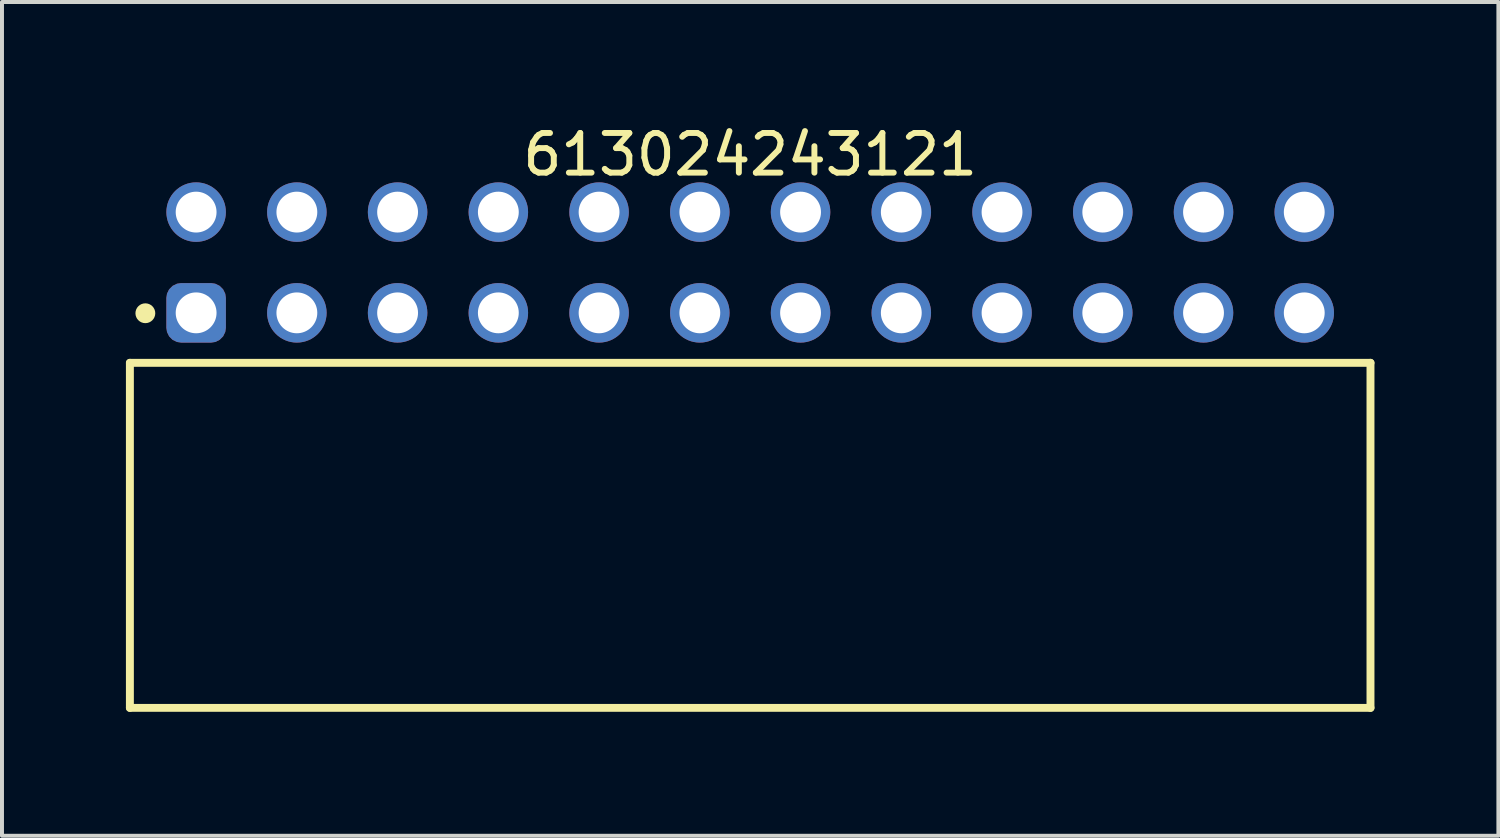
<source format=kicad_pcb>
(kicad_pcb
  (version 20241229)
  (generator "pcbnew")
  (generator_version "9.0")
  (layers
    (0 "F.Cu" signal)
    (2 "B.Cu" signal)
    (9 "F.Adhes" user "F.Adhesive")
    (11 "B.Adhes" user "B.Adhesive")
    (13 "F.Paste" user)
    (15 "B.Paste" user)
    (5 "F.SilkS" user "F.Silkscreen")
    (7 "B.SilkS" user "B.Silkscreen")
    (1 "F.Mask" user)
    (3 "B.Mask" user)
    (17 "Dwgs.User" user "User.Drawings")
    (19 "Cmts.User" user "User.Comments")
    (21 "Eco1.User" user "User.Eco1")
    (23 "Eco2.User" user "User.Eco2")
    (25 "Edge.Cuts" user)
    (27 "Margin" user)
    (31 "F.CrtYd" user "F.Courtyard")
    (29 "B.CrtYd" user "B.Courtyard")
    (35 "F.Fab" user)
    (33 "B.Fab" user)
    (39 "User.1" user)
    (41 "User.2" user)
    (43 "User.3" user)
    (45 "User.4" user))
  (footprint "613024243121"
    (layer "F.Cu")
    (at 15.865 10.448)
    (property "Reference" "613024243121" (at 0 -9.6 0) (layer "F.SilkS") (effects (font (size 1 1) (thickness 0.15))))
    (fp_line (start -15.64 -4.35) (end 15.64 -4.35) (stroke (width 0.2) (type solid)) (layer "F.SilkS"))
    (fp_line (start -15.64 4.35) (end -15.64 -4.35) (stroke (width 0.2) (type solid)) (layer "F.SilkS"))
    (fp_line (start -15.64 4.35) (end 15.64 4.35) (stroke (width 0.2) (type solid)) (layer "F.SilkS"))
    (fp_line (start 15.64 4.35) (end 15.64 -4.35) (stroke (width 0.2) (type solid)) (layer "F.SilkS"))
    (fp_circle (center -15.25 -5.6) (end -15.25 -5.725) (stroke (width 0.25) (type solid)) (fill no) (layer "F.SilkS"))
    (fp_line (start -15.84 -9.1) (end 15.84 -9.1) (stroke (width 0.05) (type solid)) (layer "Eco2.User"))
    (fp_line (start -15.84 4.55) (end -15.84 -9.1) (stroke (width 0.05) (type solid)) (layer "Eco2.User"))
    (fp_line (start -15.84 4.55) (end 15.84 4.55) (stroke (width 0.05) (type solid)) (layer "Eco2.User"))
    (fp_line (start -15.49 -4.25) (end 15.49 -4.25) (stroke (width 0.1) (type solid)) (layer "Eco2.User"))
    (fp_line (start -15.49 4.25) (end -15.49 -4.25) (stroke (width 0.1) (type solid)) (layer "Eco2.User"))
    (fp_line (start -15.49 4.25) (end 15.49 4.25) (stroke (width 0.1) (type solid)) (layer "Eco2.User"))
    (fp_line (start -14.34 -8.35) (end -13.6 -8.35) (stroke (width 0.1) (type solid)) (layer "Eco2.User"))
    (fp_line (start -14.34 -5.81) (end -13.6 -5.81) (stroke (width 0.1) (type solid)) (layer "Eco2.User"))
    (fp_line (start -14.34 -4.25) (end -14.34 -8.35) (stroke (width 0.1) (type solid)) (layer "Eco2.User"))
    (fp_line (start -13.6 -4.25) (end -13.6 -8.35) (stroke (width 0.1) (type solid)) (layer "Eco2.User"))
    (fp_line (start -11.8 -8.35) (end -11.06 -8.35) (stroke (width 0.1) (type solid)) (layer "Eco2.User"))
    (fp_line (start -11.8 -5.81) (end -11.06 -5.81) (stroke (width 0.1) (type solid)) (layer "Eco2.User"))
    (fp_line (start -11.8 -4.25) (end -11.8 -8.35) (stroke (width 0.1) (type solid)) (layer "Eco2.User"))
    (fp_line (start -11.06 -4.25) (end -11.06 -8.35) (stroke (width 0.1) (type solid)) (layer "Eco2.User"))
    (fp_line (start -9.26 -8.35) (end -8.52 -8.35) (stroke (width 0.1) (type solid)) (layer "Eco2.User"))
    (fp_line (start -9.26 -5.81) (end -8.52 -5.81) (stroke (width 0.1) (type solid)) (layer "Eco2.User"))
    (fp_line (start -9.26 -4.25) (end -9.26 -8.35) (stroke (width 0.1) (type solid)) (layer "Eco2.User"))
    (fp_line (start -8.52 -4.25) (end -8.52 -8.35) (stroke (width 0.1) (type solid)) (layer "Eco2.User"))
    (fp_line (start -6.72 -8.35) (end -5.98 -8.35) (stroke (width 0.1) (type solid)) (layer "Eco2.User"))
    (fp_line (start -6.72 -5.81) (end -5.98 -5.81) (stroke (width 0.1) (type solid)) (layer "Eco2.User"))
    (fp_line (start -6.72 -4.25) (end -6.72 -8.35) (stroke (width 0.1) (type solid)) (layer "Eco2.User"))
    (fp_line (start -5.98 -4.25) (end -5.98 -8.35) (stroke (width 0.1) (type solid)) (layer "Eco2.User"))
    (fp_line (start -4.18 -8.35) (end -3.44 -8.35) (stroke (width 0.1) (type solid)) (layer "Eco2.User"))
    (fp_line (start -4.18 -5.81) (end -3.44 -5.81) (stroke (width 0.1) (type solid)) (layer "Eco2.User"))
    (fp_line (start -4.18 -4.25) (end -4.18 -8.35) (stroke (width 0.1) (type solid)) (layer "Eco2.User"))
    (fp_line (start -3.44 -4.25) (end -3.44 -8.35) (stroke (width 0.1) (type solid)) (layer "Eco2.User"))
    (fp_line (start -1.64 -8.35) (end -0.9 -8.35) (stroke (width 0.1) (type solid)) (layer "Eco2.User"))
    (fp_line (start -1.64 -5.81) (end -0.9 -5.81) (stroke (width 0.1) (type solid)) (layer "Eco2.User"))
    (fp_line (start -1.64 -4.25) (end -1.64 -8.35) (stroke (width 0.1) (type solid)) (layer "Eco2.User"))
    (fp_line (start -0.9 -4.25) (end -0.9 -8.35) (stroke (width 0.1) (type solid)) (layer "Eco2.User"))
    (fp_line (start -0.5 0) (end 0.5 0) (stroke (width 0.05) (type solid)) (layer "Eco2.User"))
    (fp_line (start 0 0.5) (end 0 -0.5) (stroke (width 0.05) (type solid)) (layer "Eco2.User"))
    (fp_line (start 0.9 -8.35) (end 1.64 -8.35) (stroke (width 0.1) (type solid)) (layer "Eco2.User"))
    (fp_line (start 0.9 -5.81) (end 1.64 -5.81) (stroke (width 0.1) (type solid)) (layer "Eco2.User"))
    (fp_line (start 0.9 -4.25) (end 0.9 -8.35) (stroke (width 0.1) (type solid)) (layer "Eco2.User"))
    (fp_line (start 1.64 -4.25) (end 1.64 -8.35) (stroke (width 0.1) (type solid)) (layer "Eco2.User"))
    (fp_line (start 3.44 -8.35) (end 4.18 -8.35) (stroke (width 0.1) (type solid)) (layer "Eco2.User"))
    (fp_line (start 3.44 -5.81) (end 4.18 -5.81) (stroke (width 0.1) (type solid)) (layer "Eco2.User"))
    (fp_line (start 3.44 -4.25) (end 3.44 -8.35) (stroke (width 0.1) (type solid)) (layer "Eco2.User"))
    (fp_line (start 4.18 -4.25) (end 4.18 -8.35) (stroke (width 0.1) (type solid)) (layer "Eco2.User"))
    (fp_line (start 5.98 -8.35) (end 6.72 -8.35) (stroke (width 0.1) (type solid)) (layer "Eco2.User"))
    (fp_line (start 5.98 -5.81) (end 6.72 -5.81) (stroke (width 0.1) (type solid)) (layer "Eco2.User"))
    (fp_line (start 5.98 -4.25) (end 5.98 -8.35) (stroke (width 0.1) (type solid)) (layer "Eco2.User"))
    (fp_line (start 6.72 -4.25) (end 6.72 -8.35) (stroke (width 0.1) (type solid)) (layer "Eco2.User"))
    (fp_line (start 8.52 -8.35) (end 9.26 -8.35) (stroke (width 0.1) (type solid)) (layer "Eco2.User"))
    (fp_line (start 8.52 -5.81) (end 9.26 -5.81) (stroke (width 0.1) (type solid)) (layer "Eco2.User"))
    (fp_line (start 8.52 -4.25) (end 8.52 -8.35) (stroke (width 0.1) (type solid)) (layer "Eco2.User"))
    (fp_line (start 9.26 -4.25) (end 9.26 -8.35) (stroke (width 0.1) (type solid)) (layer "Eco2.User"))
    (fp_line (start 11.06 -8.35) (end 11.8 -8.35) (stroke (width 0.1) (type solid)) (layer "Eco2.User"))
    (fp_line (start 11.06 -5.81) (end 11.8 -5.81) (stroke (width 0.1) (type solid)) (layer "Eco2.User"))
    (fp_line (start 11.06 -4.25) (end 11.06 -8.35) (stroke (width 0.1) (type solid)) (layer "Eco2.User"))
    (fp_line (start 11.8 -4.25) (end 11.8 -8.35) (stroke (width 0.1) (type solid)) (layer "Eco2.User"))
    (fp_line (start 13.6 -8.35) (end 14.34 -8.35) (stroke (width 0.1) (type solid)) (layer "Eco2.User"))
    (fp_line (start 13.6 -5.81) (end 14.34 -5.81) (stroke (width 0.1) (type solid)) (layer "Eco2.User"))
    (fp_line (start 13.6 -4.25) (end 13.6 -8.35) (stroke (width 0.1) (type solid)) (layer "Eco2.User"))
    (fp_line (start 14.34 -4.25) (end 14.34 -8.35) (stroke (width 0.1) (type solid)) (layer "Eco2.User"))
    (fp_line (start 15.49 4.25) (end 15.49 -4.25) (stroke (width 0.1) (type solid)) (layer "Eco2.User"))
    (fp_line (start 15.84 4.55) (end 15.84 -9.1) (stroke (width 0.05) (type solid)) (layer "Eco2.User"))
    (fp_text user "${REFERENCE}" (at 0.15 -0.197 0) (unlocked yes) (layer "User.3") (effects (font (size 1.5 1.5) (thickness 0.15))))
    (pad "1" thru_hole roundrect (at -13.97 -5.61) (size 1.5 1.5) (drill 1.03) (layers "*.Cu" "*.Mask") (roundrect_rratio 0.25))
    (pad "2" thru_hole circle (at -13.97 -8.15) (size 1.5 1.5) (drill 1.03) (layers "*.Cu" "*.Mask"))
    (pad "3" thru_hole circle (at -11.43 -5.61) (size 1.5 1.5) (drill 1.03) (layers "*.Cu" "*.Mask"))
    (pad "4" thru_hole circle (at -11.43 -8.15) (size 1.5 1.5) (drill 1.03) (layers "*.Cu" "*.Mask"))
    (pad "5" thru_hole circle (at -8.89 -5.61) (size 1.5 1.5) (drill 1.03) (layers "*.Cu" "*.Mask"))
    (pad "6" thru_hole circle (at -8.89 -8.15) (size 1.5 1.5) (drill 1.03) (layers "*.Cu" "*.Mask"))
    (pad "7" thru_hole circle (at -6.35 -5.61) (size 1.5 1.5) (drill 1.03) (layers "*.Cu" "*.Mask"))
    (pad "8" thru_hole circle (at -6.35 -8.15) (size 1.5 1.5) (drill 1.03) (layers "*.Cu" "*.Mask"))
    (pad "9" thru_hole circle (at -3.81 -5.61) (size 1.5 1.5) (drill 1.03) (layers "*.Cu" "*.Mask"))
    (pad "10" thru_hole circle (at -3.81 -8.15) (size 1.5 1.5) (drill 1.03) (layers "*.Cu" "*.Mask"))
    (pad "11" thru_hole circle (at -1.27 -5.61) (size 1.5 1.5) (drill 1.03) (layers "*.Cu" "*.Mask"))
    (pad "12" thru_hole circle (at -1.27 -8.15) (size 1.5 1.5) (drill 1.03) (layers "*.Cu" "*.Mask"))
    (pad "13" thru_hole circle (at 1.27 -5.61) (size 1.5 1.5) (drill 1.03) (layers "*.Cu" "*.Mask"))
    (pad "14" thru_hole circle (at 1.27 -8.15) (size 1.5 1.5) (drill 1.03) (layers "*.Cu" "*.Mask"))
    (pad "15" thru_hole circle (at 3.81 -5.61) (size 1.5 1.5) (drill 1.03) (layers "*.Cu" "*.Mask"))
    (pad "16" thru_hole circle (at 3.81 -8.15) (size 1.5 1.5) (drill 1.03) (layers "*.Cu" "*.Mask"))
    (pad "17" thru_hole circle (at 6.35 -5.61) (size 1.5 1.5) (drill 1.03) (layers "*.Cu" "*.Mask"))
    (pad "18" thru_hole circle (at 6.35 -8.15) (size 1.5 1.5) (drill 1.03) (layers "*.Cu" "*.Mask"))
    (pad "19" thru_hole circle (at 8.89 -5.61) (size 1.5 1.5) (drill 1.03) (layers "*.Cu" "*.Mask"))
    (pad "20" thru_hole circle (at 8.89 -8.15) (size 1.5 1.5) (drill 1.03) (layers "*.Cu" "*.Mask"))
    (pad "21" thru_hole circle (at 11.43 -5.61) (size 1.5 1.5) (drill 1.03) (layers "*.Cu" "*.Mask"))
    (pad "22" thru_hole circle (at 11.43 -8.15) (size 1.5 1.5) (drill 1.03) (layers "*.Cu" "*.Mask"))
    (pad "23" thru_hole circle (at 13.97 -5.61) (size 1.5 1.5) (drill 1.03) (layers "*.Cu" "*.Mask"))
    (pad "24" thru_hole circle (at 13.97 -8.15) (size 1.5 1.5) (drill 1.03) (layers "*.Cu" "*.Mask")))
  (gr_rect
    (start -3 -3)
    (end 34.73 18.023)
    (stroke (width 0.1) (type default))
    (fill no)
    (layer "Edge.Cuts")))
</source>
